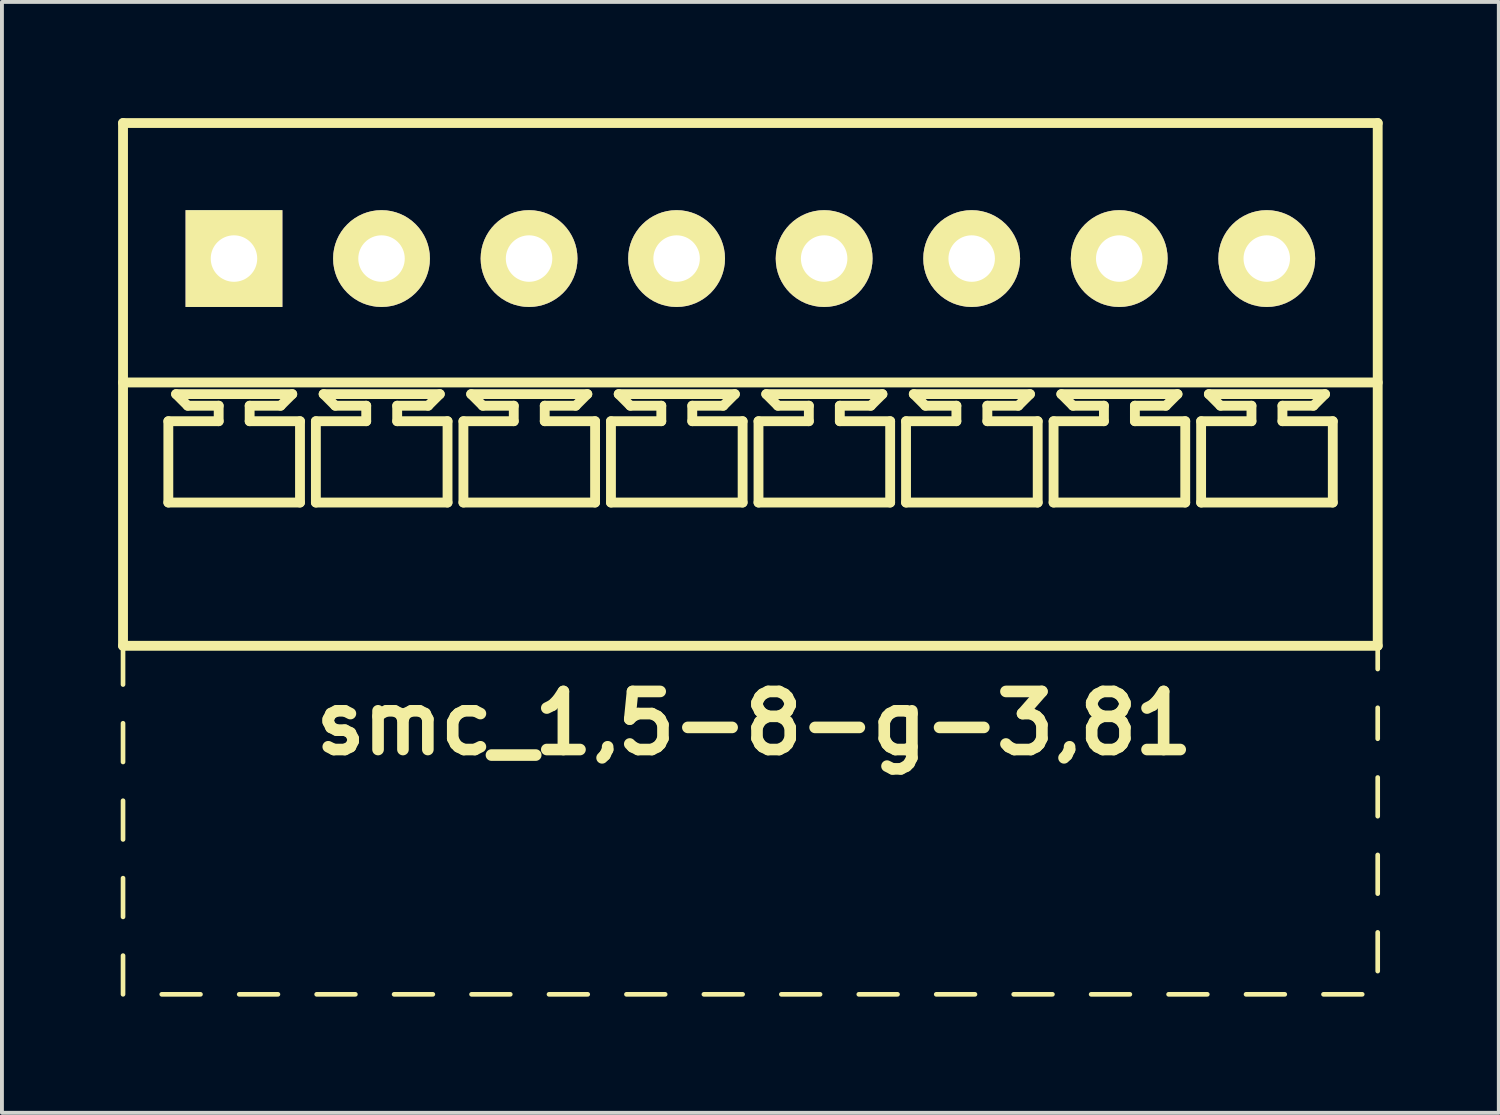
<source format=kicad_pcb>
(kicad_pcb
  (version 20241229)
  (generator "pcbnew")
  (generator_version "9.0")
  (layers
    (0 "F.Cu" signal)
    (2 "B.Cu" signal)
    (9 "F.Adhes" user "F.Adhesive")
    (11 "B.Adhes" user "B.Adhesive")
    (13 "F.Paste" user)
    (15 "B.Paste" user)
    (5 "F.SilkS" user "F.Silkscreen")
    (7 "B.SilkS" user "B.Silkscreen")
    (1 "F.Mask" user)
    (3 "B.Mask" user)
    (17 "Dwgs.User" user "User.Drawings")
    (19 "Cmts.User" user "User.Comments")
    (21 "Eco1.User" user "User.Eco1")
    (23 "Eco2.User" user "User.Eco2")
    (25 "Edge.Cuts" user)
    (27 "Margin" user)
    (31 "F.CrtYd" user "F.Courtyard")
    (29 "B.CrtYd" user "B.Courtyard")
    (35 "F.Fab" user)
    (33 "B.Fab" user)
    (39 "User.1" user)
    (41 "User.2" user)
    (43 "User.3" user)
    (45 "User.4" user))
  (footprint "smc_1,5-8-g-3,81"
    (layer "F.Cu")
    (at 16.327 3.627)
    (property "Reference" "smc_1,5-8-g-3,81" (at 0.1 12 0) (layer "F.SilkS") (effects (font (size 1.5 1.5) (thickness 0.3))))
    (attr through_hole)
    (fp_line (start -16.2 -3.5) (end -16.2 10) (stroke (width 0.254) (type solid)) (layer "F.SilkS"))
    (fp_line (start -16.2 -3.5) (end 16.2 -3.5) (stroke (width 0.254) (type solid)) (layer "F.SilkS"))
    (fp_line (start -16.2 3.2) (end 16.2 3.2) (stroke (width 0.254) (type solid)) (layer "F.SilkS"))
    (fp_line (start -16.2 10) (end -16.2 11) (stroke (width 0.12) (type solid)) (layer "F.SilkS"))
    (fp_line (start -16.2 10) (end 16.2 10) (stroke (width 0.254) (type solid)) (layer "F.SilkS"))
    (fp_line (start -16.2 12) (end -16.2 13) (stroke (width 0.12) (type solid)) (layer "F.SilkS"))
    (fp_line (start -16.2 14) (end -16.2 15) (stroke (width 0.12) (type solid)) (layer "F.SilkS"))
    (fp_line (start -16.2 16) (end -16.2 17) (stroke (width 0.12) (type solid)) (layer "F.SilkS"))
    (fp_line (start -16.2 18) (end -16.2 19) (stroke (width 0.12) (type solid)) (layer "F.SilkS"))
    (fp_line (start -15.2 19) (end -14.2 19) (stroke (width 0.12) (type solid)) (layer "F.SilkS"))
    (fp_line (start -15.03 4.2) (end -13.73 4.2) (stroke (width 0.254) (type solid)) (layer "F.SilkS"))
    (fp_line (start -15.03 6.3) (end -15.03 4.2) (stroke (width 0.254) (type solid)) (layer "F.SilkS"))
    (fp_line (start -14.83 3.5) (end -11.83 3.5) (stroke (width 0.254) (type solid)) (layer "F.SilkS"))
    (fp_line (start -14.53 3.8) (end -14.83 3.5) (stroke (width 0.254) (type solid)) (layer "F.SilkS"))
    (fp_line (start -13.73 3.8) (end -14.53 3.8) (stroke (width 0.254) (type solid)) (layer "F.SilkS"))
    (fp_line (start -13.73 4.2) (end -13.73 3.8) (stroke (width 0.254) (type solid)) (layer "F.SilkS"))
    (fp_line (start -13.2 19) (end -12.2 19) (stroke (width 0.12) (type solid)) (layer "F.SilkS"))
    (fp_line (start -12.93 3.8) (end -12.93 4.2) (stroke (width 0.254) (type solid)) (layer "F.SilkS"))
    (fp_line (start -12.93 4.2) (end -11.63 4.2) (stroke (width 0.254) (type solid)) (layer "F.SilkS"))
    (fp_line (start -12.13 3.8) (end -12.93 3.8) (stroke (width 0.254) (type solid)) (layer "F.SilkS"))
    (fp_line (start -12.13 3.8) (end -11.83 3.5) (stroke (width 0.254) (type solid)) (layer "F.SilkS"))
    (fp_line (start -11.63 4.2) (end -11.63 6.3) (stroke (width 0.254) (type solid)) (layer "F.SilkS"))
    (fp_line (start -11.63 6.3) (end -15.03 6.3) (stroke (width 0.254) (type solid)) (layer "F.SilkS"))
    (fp_line (start -11.22 4.2) (end -9.92 4.2) (stroke (width 0.254) (type solid)) (layer "F.SilkS"))
    (fp_line (start -11.22 6.3) (end -11.22 4.2) (stroke (width 0.254) (type solid)) (layer "F.SilkS"))
    (fp_line (start -11.2 19) (end -10.2 19) (stroke (width 0.12) (type solid)) (layer "F.SilkS"))
    (fp_line (start -11.02 3.5) (end -8.02 3.5) (stroke (width 0.254) (type solid)) (layer "F.SilkS"))
    (fp_line (start -10.72 3.8) (end -11.02 3.5) (stroke (width 0.254) (type solid)) (layer "F.SilkS"))
    (fp_line (start -9.92 3.8) (end -10.72 3.8) (stroke (width 0.254) (type solid)) (layer "F.SilkS"))
    (fp_line (start -9.92 4.2) (end -9.92 3.8) (stroke (width 0.254) (type solid)) (layer "F.SilkS"))
    (fp_line (start -9.2 19) (end -8.2 19) (stroke (width 0.12) (type solid)) (layer "F.SilkS"))
    (fp_line (start -9.12 3.8) (end -9.12 4.2) (stroke (width 0.254) (type solid)) (layer "F.SilkS"))
    (fp_line (start -9.12 4.2) (end -7.82 4.2) (stroke (width 0.254) (type solid)) (layer "F.SilkS"))
    (fp_line (start -8.32 3.8) (end -9.12 3.8) (stroke (width 0.254) (type solid)) (layer "F.SilkS"))
    (fp_line (start -8.32 3.8) (end -8.02 3.5) (stroke (width 0.254) (type solid)) (layer "F.SilkS"))
    (fp_line (start -7.82 4.2) (end -7.82 6.3) (stroke (width 0.254) (type solid)) (layer "F.SilkS"))
    (fp_line (start -7.82 6.3) (end -11.22 6.3) (stroke (width 0.254) (type solid)) (layer "F.SilkS"))
    (fp_line (start -7.41 4.2) (end -6.11 4.2) (stroke (width 0.254) (type solid)) (layer "F.SilkS"))
    (fp_line (start -7.41 6.3) (end -7.41 4.2) (stroke (width 0.254) (type solid)) (layer "F.SilkS"))
    (fp_line (start -7.21 3.5) (end -4.21 3.5) (stroke (width 0.254) (type solid)) (layer "F.SilkS"))
    (fp_line (start -7.2 19) (end -6.2 19) (stroke (width 0.12) (type solid)) (layer "F.SilkS"))
    (fp_line (start -6.91 3.8) (end -7.21 3.5) (stroke (width 0.254) (type solid)) (layer "F.SilkS"))
    (fp_line (start -6.11 3.8) (end -6.91 3.8) (stroke (width 0.254) (type solid)) (layer "F.SilkS"))
    (fp_line (start -6.11 4.2) (end -6.11 3.8) (stroke (width 0.254) (type solid)) (layer "F.SilkS"))
    (fp_line (start -5.31 3.8) (end -5.31 4.2) (stroke (width 0.254) (type solid)) (layer "F.SilkS"))
    (fp_line (start -5.31 4.2) (end -4.01 4.2) (stroke (width 0.254) (type solid)) (layer "F.SilkS"))
    (fp_line (start -5.2 19) (end -4.2 19) (stroke (width 0.12) (type solid)) (layer "F.SilkS"))
    (fp_line (start -4.51 3.8) (end -5.31 3.8) (stroke (width 0.254) (type solid)) (layer "F.SilkS"))
    (fp_line (start -4.51 3.8) (end -4.21 3.5) (stroke (width 0.254) (type solid)) (layer "F.SilkS"))
    (fp_line (start -4.01 4.2) (end -4.01 6.3) (stroke (width 0.254) (type solid)) (layer "F.SilkS"))
    (fp_line (start -4.01 6.3) (end -7.41 6.3) (stroke (width 0.254) (type solid)) (layer "F.SilkS"))
    (fp_line (start -3.6 4.2) (end -2.3 4.2) (stroke (width 0.254) (type solid)) (layer "F.SilkS"))
    (fp_line (start -3.6 6.3) (end -3.6 4.2) (stroke (width 0.254) (type solid)) (layer "F.SilkS"))
    (fp_line (start -3.4 3.5) (end -0.4 3.5) (stroke (width 0.254) (type solid)) (layer "F.SilkS"))
    (fp_line (start -3.2 19) (end -2.2 19) (stroke (width 0.12) (type solid)) (layer "F.SilkS"))
    (fp_line (start -3.1 3.8) (end -3.4 3.5) (stroke (width 0.254) (type solid)) (layer "F.SilkS"))
    (fp_line (start -2.3 3.8) (end -3.1 3.8) (stroke (width 0.254) (type solid)) (layer "F.SilkS"))
    (fp_line (start -2.3 4.2) (end -2.3 3.8) (stroke (width 0.254) (type solid)) (layer "F.SilkS"))
    (fp_line (start -1.5 3.8) (end -1.5 4.2) (stroke (width 0.254) (type solid)) (layer "F.SilkS"))
    (fp_line (start -1.5 4.2) (end -0.2 4.2) (stroke (width 0.254) (type solid)) (layer "F.SilkS"))
    (fp_line (start -1.2 19) (end -0.2 19) (stroke (width 0.12) (type solid)) (layer "F.SilkS"))
    (fp_line (start -0.7 3.8) (end -1.5 3.8) (stroke (width 0.254) (type solid)) (layer "F.SilkS"))
    (fp_line (start -0.7 3.8) (end -0.4 3.5) (stroke (width 0.254) (type solid)) (layer "F.SilkS"))
    (fp_line (start -0.2 4.2) (end -0.2 6.3) (stroke (width 0.254) (type solid)) (layer "F.SilkS"))
    (fp_line (start -0.2 6.3) (end -3.6 6.3) (stroke (width 0.254) (type solid)) (layer "F.SilkS"))
    (fp_line (start 0.21 4.2) (end 1.51 4.2) (stroke (width 0.254) (type solid)) (layer "F.SilkS"))
    (fp_line (start 0.21 6.3) (end 0.21 4.2) (stroke (width 0.254) (type solid)) (layer "F.SilkS"))
    (fp_line (start 0.41 3.5) (end 3.41 3.5) (stroke (width 0.254) (type solid)) (layer "F.SilkS"))
    (fp_line (start 0.71 3.8) (end 0.41 3.5) (stroke (width 0.254) (type solid)) (layer "F.SilkS"))
    (fp_line (start 0.8 19) (end 1.8 19) (stroke (width 0.12) (type solid)) (layer "F.SilkS"))
    (fp_line (start 1.51 3.8) (end 0.71 3.8) (stroke (width 0.254) (type solid)) (layer "F.SilkS"))
    (fp_line (start 1.51 4.2) (end 1.51 3.8) (stroke (width 0.254) (type solid)) (layer "F.SilkS"))
    (fp_line (start 2.31 3.8) (end 2.31 4.2) (stroke (width 0.254) (type solid)) (layer "F.SilkS"))
    (fp_line (start 2.31 4.2) (end 3.61 4.2) (stroke (width 0.254) (type solid)) (layer "F.SilkS"))
    (fp_line (start 2.8 19) (end 3.8 19) (stroke (width 0.12) (type solid)) (layer "F.SilkS"))
    (fp_line (start 3.11 3.8) (end 2.31 3.8) (stroke (width 0.254) (type solid)) (layer "F.SilkS"))
    (fp_line (start 3.11 3.8) (end 3.41 3.5) (stroke (width 0.254) (type solid)) (layer "F.SilkS"))
    (fp_line (start 3.61 4.2) (end 3.61 6.3) (stroke (width 0.254) (type solid)) (layer "F.SilkS"))
    (fp_line (start 3.61 6.3) (end 0.21 6.3) (stroke (width 0.254) (type solid)) (layer "F.SilkS"))
    (fp_line (start 4.02 4.2) (end 5.32 4.2) (stroke (width 0.254) (type solid)) (layer "F.SilkS"))
    (fp_line (start 4.02 6.3) (end 4.02 4.2) (stroke (width 0.254) (type solid)) (layer "F.SilkS"))
    (fp_line (start 4.22 3.5) (end 7.22 3.5) (stroke (width 0.254) (type solid)) (layer "F.SilkS"))
    (fp_line (start 4.52 3.8) (end 4.22 3.5) (stroke (width 0.254) (type solid)) (layer "F.SilkS"))
    (fp_line (start 4.8 19) (end 5.8 19) (stroke (width 0.12) (type solid)) (layer "F.SilkS"))
    (fp_line (start 5.32 3.8) (end 4.52 3.8) (stroke (width 0.254) (type solid)) (layer "F.SilkS"))
    (fp_line (start 5.32 4.2) (end 5.32 3.8) (stroke (width 0.254) (type solid)) (layer "F.SilkS"))
    (fp_line (start 6.12 3.8) (end 6.12 4.2) (stroke (width 0.254) (type solid)) (layer "F.SilkS"))
    (fp_line (start 6.12 4.2) (end 7.42 4.2) (stroke (width 0.254) (type solid)) (layer "F.SilkS"))
    (fp_line (start 6.8 19) (end 7.8 19) (stroke (width 0.12) (type solid)) (layer "F.SilkS"))
    (fp_line (start 6.92 3.8) (end 6.12 3.8) (stroke (width 0.254) (type solid)) (layer "F.SilkS"))
    (fp_line (start 6.92 3.8) (end 7.22 3.5) (stroke (width 0.254) (type solid)) (layer "F.SilkS"))
    (fp_line (start 7.42 4.2) (end 7.42 6.3) (stroke (width 0.254) (type solid)) (layer "F.SilkS"))
    (fp_line (start 7.42 6.3) (end 4.02 6.3) (stroke (width 0.254) (type solid)) (layer "F.SilkS"))
    (fp_line (start 7.83 4.2) (end 9.13 4.2) (stroke (width 0.254) (type solid)) (layer "F.SilkS"))
    (fp_line (start 7.83 6.3) (end 7.83 4.2) (stroke (width 0.254) (type solid)) (layer "F.SilkS"))
    (fp_line (start 8.03 3.5) (end 11.03 3.5) (stroke (width 0.254) (type solid)) (layer "F.SilkS"))
    (fp_line (start 8.33 3.8) (end 8.03 3.5) (stroke (width 0.254) (type solid)) (layer "F.SilkS"))
    (fp_line (start 8.8 19) (end 9.8 19) (stroke (width 0.12) (type solid)) (layer "F.SilkS"))
    (fp_line (start 9.13 3.8) (end 8.33 3.8) (stroke (width 0.254) (type solid)) (layer "F.SilkS"))
    (fp_line (start 9.13 4.2) (end 9.13 3.8) (stroke (width 0.254) (type solid)) (layer "F.SilkS"))
    (fp_line (start 9.93 3.8) (end 9.93 4.2) (stroke (width 0.254) (type solid)) (layer "F.SilkS"))
    (fp_line (start 9.93 4.2) (end 11.23 4.2) (stroke (width 0.254) (type solid)) (layer "F.SilkS"))
    (fp_line (start 10.73 3.8) (end 9.93 3.8) (stroke (width 0.254) (type solid)) (layer "F.SilkS"))
    (fp_line (start 10.73 3.8) (end 11.03 3.5) (stroke (width 0.254) (type solid)) (layer "F.SilkS"))
    (fp_line (start 10.8 19) (end 11.8 19) (stroke (width 0.12) (type solid)) (layer "F.SilkS"))
    (fp_line (start 11.23 4.2) (end 11.23 6.3) (stroke (width 0.254) (type solid)) (layer "F.SilkS"))
    (fp_line (start 11.23 6.3) (end 7.83 6.3) (stroke (width 0.254) (type solid)) (layer "F.SilkS"))
    (fp_line (start 11.64 4.2) (end 12.94 4.2) (stroke (width 0.254) (type solid)) (layer "F.SilkS"))
    (fp_line (start 11.64 6.3) (end 11.64 4.2) (stroke (width 0.254) (type solid)) (layer "F.SilkS"))
    (fp_line (start 11.84 3.5) (end 14.84 3.5) (stroke (width 0.254) (type solid)) (layer "F.SilkS"))
    (fp_line (start 12.14 3.8) (end 11.84 3.5) (stroke (width 0.254) (type solid)) (layer "F.SilkS"))
    (fp_line (start 12.8 19) (end 13.8 19) (stroke (width 0.12) (type solid)) (layer "F.SilkS"))
    (fp_line (start 12.94 3.8) (end 12.14 3.8) (stroke (width 0.254) (type solid)) (layer "F.SilkS"))
    (fp_line (start 12.94 4.2) (end 12.94 3.8) (stroke (width 0.254) (type solid)) (layer "F.SilkS"))
    (fp_line (start 13.74 3.8) (end 13.74 4.2) (stroke (width 0.254) (type solid)) (layer "F.SilkS"))
    (fp_line (start 13.74 4.2) (end 15.04 4.2) (stroke (width 0.254) (type solid)) (layer "F.SilkS"))
    (fp_line (start 14.54 3.8) (end 13.74 3.8) (stroke (width 0.254) (type solid)) (layer "F.SilkS"))
    (fp_line (start 14.54 3.8) (end 14.84 3.5) (stroke (width 0.254) (type solid)) (layer "F.SilkS"))
    (fp_line (start 14.8 19) (end 15.8 19) (stroke (width 0.12) (type solid)) (layer "F.SilkS"))
    (fp_line (start 15.04 4.2) (end 15.04 6.3) (stroke (width 0.254) (type solid)) (layer "F.SilkS"))
    (fp_line (start 15.04 6.3) (end 11.64 6.3) (stroke (width 0.254) (type solid)) (layer "F.SilkS"))
    (fp_line (start 16.2 -3.5) (end 16.2 10) (stroke (width 0.254) (type solid)) (layer "F.SilkS"))
    (fp_line (start 16.2 10) (end 16.2 10.6) (stroke (width 0.12) (type solid)) (layer "F.SilkS"))
    (fp_line (start 16.2 12.4) (end 16.2 11.6) (stroke (width 0.12) (type solid)) (layer "F.SilkS"))
    (fp_line (start 16.2 14.4) (end 16.2 13.4) (stroke (width 0.12) (type solid)) (layer "F.SilkS"))
    (fp_line (start 16.2 15.4) (end 16.2 16.4) (stroke (width 0.12) (type solid)) (layer "F.SilkS"))
    (fp_line (start 16.2 17.4) (end 16.2 18.4) (stroke (width 0.12) (type solid)) (layer "F.SilkS"))
    (pad "1" thru_hole rect (at -13.335 0) (size 2.5 2.5) (drill 1.2) (layers "*.Cu" "*.Mask" "F.SilkS"))
    (pad "2" thru_hole circle (at -9.525 0) (size 2.5 2.5) (drill 1.2) (layers "*.Cu" "*.Mask" "F.SilkS"))
    (pad "3" thru_hole circle (at -5.715 0) (size 2.5 2.5) (drill 1.2) (layers "*.Cu" "*.Mask" "F.SilkS"))
    (pad "4" thru_hole circle (at -1.905 0) (size 2.5 2.5) (drill 1.2) (layers "*.Cu" "*.Mask" "F.SilkS"))
    (pad "5" thru_hole circle (at 1.905 0) (size 2.5 2.5) (drill 1.2) (layers "*.Cu" "*.Mask" "F.SilkS"))
    (pad "6" thru_hole circle (at 5.715 0) (size 2.5 2.5) (drill 1.2) (layers "*.Cu" "*.Mask" "F.SilkS"))
    (pad "7" thru_hole circle (at 9.525 0) (size 2.5 2.5) (drill 1.2) (layers "*.Cu" "*.Mask" "F.SilkS"))
    (pad "8" thru_hole circle (at 13.335 0) (size 2.5 2.5) (drill 1.2) (layers "*.Cu" "*.Mask" "F.SilkS")))
  (gr_rect
    (start -3 -3)
    (end 35.654 25.687)
    (stroke (width 0.1) (type default))
    (fill no)
    (layer "Edge.Cuts")))
</source>
